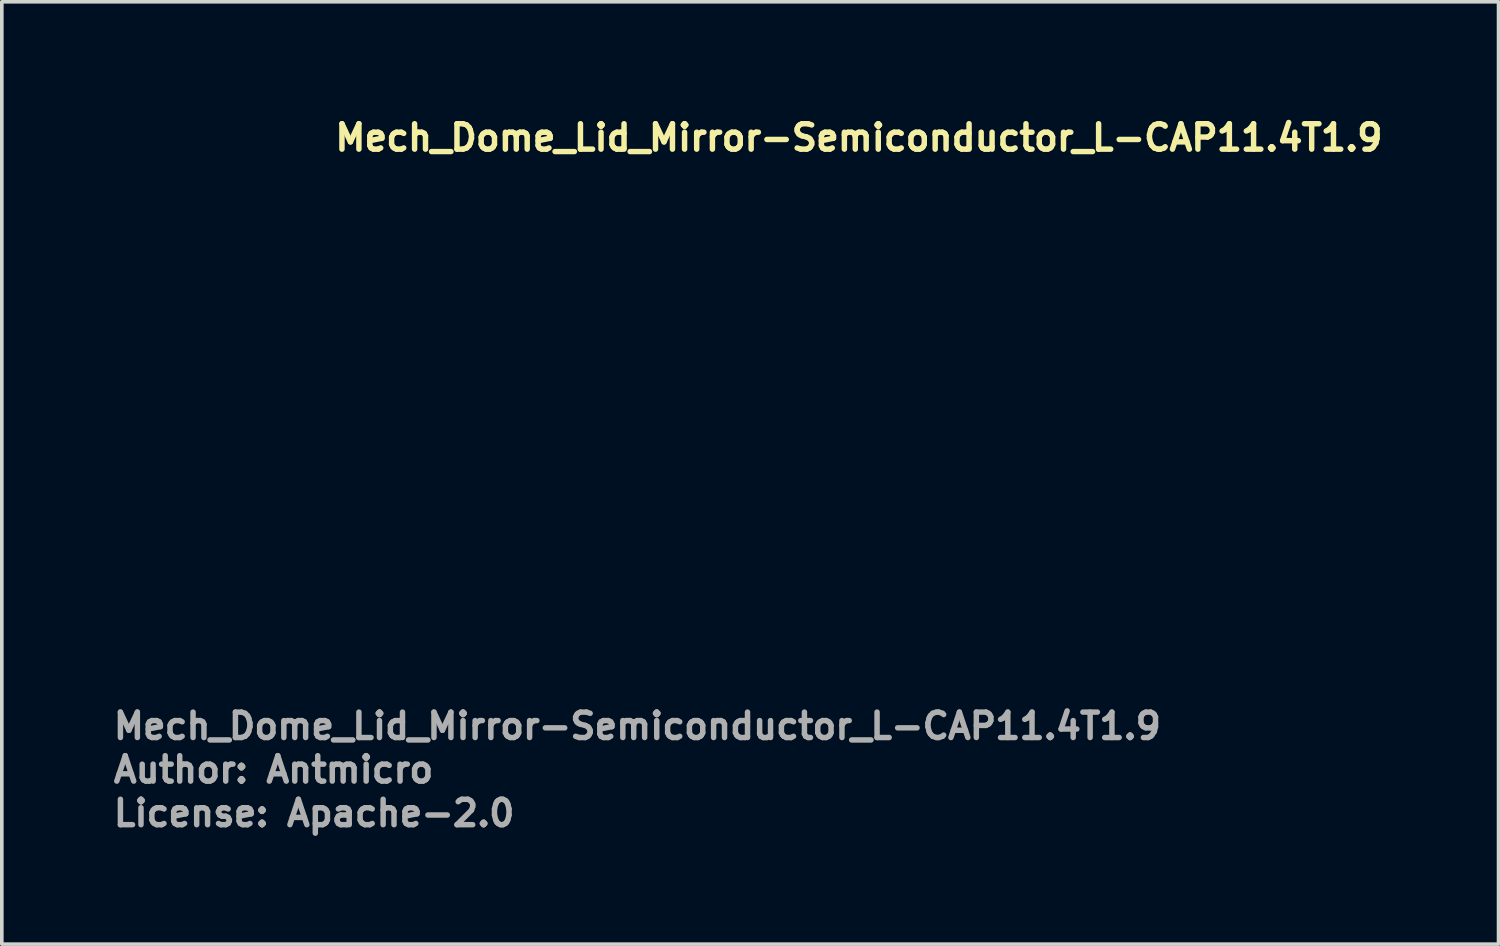
<source format=kicad_pcb>
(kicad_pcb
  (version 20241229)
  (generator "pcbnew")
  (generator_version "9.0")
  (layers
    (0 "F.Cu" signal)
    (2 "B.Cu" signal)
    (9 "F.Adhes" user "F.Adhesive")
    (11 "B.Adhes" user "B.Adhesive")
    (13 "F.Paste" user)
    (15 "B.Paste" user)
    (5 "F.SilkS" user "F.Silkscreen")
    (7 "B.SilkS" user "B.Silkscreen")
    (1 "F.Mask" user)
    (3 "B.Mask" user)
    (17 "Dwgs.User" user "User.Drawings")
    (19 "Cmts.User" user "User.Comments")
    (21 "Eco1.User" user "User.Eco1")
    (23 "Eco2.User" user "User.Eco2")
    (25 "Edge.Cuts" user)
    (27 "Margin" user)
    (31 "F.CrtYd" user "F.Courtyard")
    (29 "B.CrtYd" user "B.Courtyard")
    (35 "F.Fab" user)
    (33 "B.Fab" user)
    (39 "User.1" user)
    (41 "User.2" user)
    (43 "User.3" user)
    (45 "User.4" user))
  (footprint "Mech_Dome_Lid_Mirror-Semiconductor_L-CAP11.4T1.9"
    (layer "F.Cu")
    (at 6.1 7.15)
    (property "Reference" "Mech_Dome_Lid_Mirror-Semiconductor_L-CAP11.4T1.9" (at 0 -6 0) (unlocked yes) (layer "F.SilkS") (effects (font (size 0.7 0.7) (thickness 0.15)) (justify left bottom)))
    (fp_rect (start -5.7 -5.7) (end 5.7 5.7) (stroke (width 0.1) (type solid)) (fill no) (layer "User.5"))
    (fp_line (start -5.7 -5.7) (end -5.7 5.7) (stroke (width 0.02) (type solid)) (layer "User.9"))
    (fp_line (start -5.7 5.7) (end 5.7 5.7) (stroke (width 0.02) (type solid)) (layer "User.9"))
    (fp_line (start 5.7 -5.7) (end -5.7 -5.7) (stroke (width 0.02) (type solid)) (layer "User.9"))
    (fp_line (start 5.7 5.7) (end 5.7 -5.7) (stroke (width 0.02) (type solid)) (layer "User.9"))
    (fp_text user "License: Apache-2.0" (at -6.1 12.6 0) (layer "F.Fab") (effects (font (size 0.7 0.7) (thickness 0.15)) (justify left bottom)))
    (fp_text user "Author: Antmicro" (at -6.1 11.4 0) (layer "F.Fab") (effects (font (size 0.7 0.7) (thickness 0.15)) (justify left bottom)))
    (fp_text user "${REFERENCE}" (at -6.1 10.2 0) (unlocked yes) (layer "F.Fab") (effects (font (size 0.7 0.7) (thickness 0.15)) (justify left bottom)))
    (zone (net_name "") (layer "F.Cu") (hatch edge 0.5) (connect_pads) (min_thickness 0.25) (filled_areas_thickness no) (keepout (tracks allowed) (vias allowed) (pads allowed) (copperpour allowed) (footprints not_allowed)) (placement (enabled no)) (fill) (polygon (pts (xy 0.4 12.85) (xy 0.4 1.45) (xy 0.9 1.45) (xy 0.9 12.85))))
    (zone (net_name "") (layer "F.Cu") (hatch edge 0.5) (connect_pads) (min_thickness 0.25) (filled_areas_thickness no) (keepout (tracks allowed) (vias allowed) (pads allowed) (copperpour allowed) (footprints not_allowed)) (placement (enabled no)) (fill) (polygon (pts (xy 11.3 1.95) (xy 0.9 1.95) (xy 0.9 1.45) (xy 11.3 1.45))))
    (zone (net_name "") (layer "F.Cu") (hatch edge 0.5) (connect_pads) (min_thickness 0.25) (filled_areas_thickness no) (keepout (tracks allowed) (vias allowed) (pads allowed) (copperpour allowed) (footprints not_allowed)) (placement (enabled no)) (fill) (polygon (pts (xy 11.3 12.85) (xy 0.9 12.85) (xy 0.9 12.35) (xy 11.3 12.35))))
    (zone (net_name "") (layer "F.Cu") (hatch edge 0.5) (connect_pads) (min_thickness 0.25) (filled_areas_thickness no) (keepout (tracks allowed) (vias allowed) (pads allowed) (copperpour allowed) (footprints not_allowed)) (placement (enabled no)) (fill) (polygon (pts (xy 11.8 1.45) (xy 11.8 12.85) (xy 11.3 12.85) (xy 11.3 1.45)))))
  (gr_rect
    (start -3 -3)
    (end 38.21 22.945)
    (stroke (width 0.1) (type default))
    (fill no)
    (layer "Edge.Cuts")))
</source>
